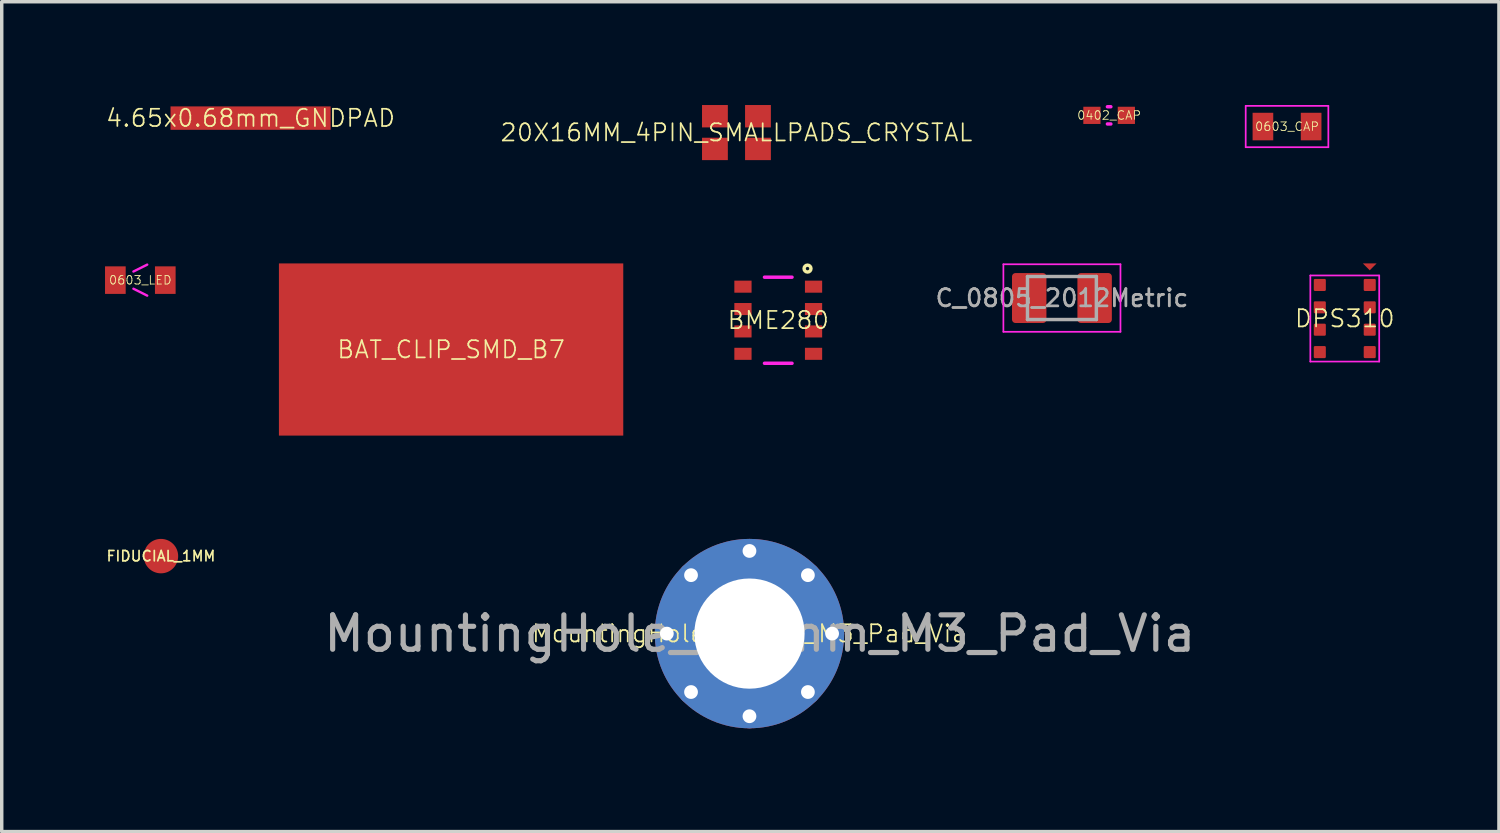
<source format=kicad_pcb>
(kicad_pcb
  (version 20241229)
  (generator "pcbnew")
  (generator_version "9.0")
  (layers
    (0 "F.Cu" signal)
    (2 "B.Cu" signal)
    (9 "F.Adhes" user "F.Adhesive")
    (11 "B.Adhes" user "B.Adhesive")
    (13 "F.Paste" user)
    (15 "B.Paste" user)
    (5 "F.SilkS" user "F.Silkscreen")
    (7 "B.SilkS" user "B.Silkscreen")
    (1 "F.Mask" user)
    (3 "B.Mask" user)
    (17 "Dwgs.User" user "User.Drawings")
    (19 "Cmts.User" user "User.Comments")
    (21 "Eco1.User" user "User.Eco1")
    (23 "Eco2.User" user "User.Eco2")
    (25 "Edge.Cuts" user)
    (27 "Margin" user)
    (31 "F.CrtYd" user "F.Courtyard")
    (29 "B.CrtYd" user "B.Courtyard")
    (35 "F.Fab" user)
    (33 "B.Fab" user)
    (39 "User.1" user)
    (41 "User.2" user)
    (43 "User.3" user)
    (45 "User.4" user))
  (footprint "FIDUCIAL_1MM"
    (layer "F.Cu")
    (at 1.624 13.1)
    (property "Reference" "FIDUCIAL_1MM" (at 0 0 0) (layer "F.SilkS") (effects (font (size 0.3 0.3) (thickness 0.05))))
    (attr exclude_from_pos_files exclude_from_bom)
    (pad "1" smd circle (at 0 0) (size 1 1) (layers "F.Cu" "F.Mask")))
  (footprint "MountingHole_3.2mm_M3_Pad_Via"
    (layer "F.Cu")
    (at 18.715 15.35)
    (property "Reference" "MountingHole_3.2mm_M3_Pad_Via" (at 0 0 0) (layer "F.SilkS") (effects (font (size 0.5 0.5) (thickness 0.05))))
    (attr exclude_from_pos_files exclude_from_bom)
    (fp_text user "${REFERENCE}" (at 0.3 0 0) (layer "F.Fab") (effects (font (size 1 1) (thickness 0.15))))
    (pad "1" thru_hole circle (at -2.4 0) (size 0.7 0.7) (drill 0.4) (layers "*.Cu" "*.Mask"))
    (pad "1" thru_hole circle (at -1.697 -1.697) (size 0.7 0.7) (drill 0.4) (layers "*.Cu" "*.Mask"))
    (pad "1" thru_hole circle (at -1.697 1.697) (size 0.7 0.7) (drill 0.4) (layers "*.Cu" "*.Mask"))
    (pad "1" thru_hole circle (at 0 -2.4) (size 0.7 0.7) (drill 0.4) (layers "*.Cu" "*.Mask"))
    (pad "1" thru_hole circle (at 0 0) (size 5.5 5.5) (drill 3.2) (layers "*.Cu" "*.Mask"))
    (pad "1" thru_hole circle (at 0 2.4) (size 0.7 0.7) (drill 0.4) (layers "*.Cu" "*.Mask"))
    (pad "1" thru_hole circle (at 1.697 -1.697) (size 0.7 0.7) (drill 0.4) (layers "*.Cu" "*.Mask"))
    (pad "1" thru_hole circle (at 1.697 1.697) (size 0.7 0.7) (drill 0.4) (layers "*.Cu" "*.Mask"))
    (pad "1" thru_hole circle (at 2.4 0) (size 0.7 0.7) (drill 0.4) (layers "*.Cu" "*.Mask")))
  (footprint "BME280"
    (layer "F.Cu")
    (at 19.551 6.25)
    (property "Reference" "BME280" (at 0 0 0) (layer "F.SilkS") (effects (font (size 0.5 0.5) (thickness 0.05))))
    (attr smd)
    (fp_circle (center 0.85 -1.5) (end 0.85 -1.6) (stroke (width 0.1) (type solid)) (fill no) (layer "F.SilkS"))
    (fp_line (start -0.4 -1.25) (end 0.4 -1.25) (stroke (width 0.1) (type solid)) (layer "F.CrtYd"))
    (fp_line (start -0.4 1.25) (end 0.4 1.25) (stroke (width 0.1) (type solid)) (layer "F.CrtYd"))
    (pad "1" smd rect (at 1.025 -0.975) (size 0.5 0.35) (layers "F.Cu" "F.Mask" "F.Paste"))
    (pad "2" smd rect (at 1.025 -0.325) (size 0.5 0.35) (layers "F.Cu" "F.Mask" "F.Paste"))
    (pad "3" smd rect (at 1.025 0.325) (size 0.5 0.35) (layers "F.Cu" "F.Mask" "F.Paste"))
    (pad "4" smd rect (at 1.025 0.975) (size 0.5 0.35) (layers "F.Cu" "F.Mask" "F.Paste"))
    (pad "5" smd rect (at -1.025 0.975) (size 0.5 0.35) (layers "F.Cu" "F.Mask" "F.Paste"))
    (pad "6" smd rect (at -1.025 0.325) (size 0.5 0.35) (layers "F.Cu" "F.Mask" "F.Paste"))
    (pad "7" smd rect (at -1.025 -0.325) (size 0.5 0.35) (layers "F.Cu" "F.Mask" "F.Paste"))
    (pad "8" smd rect (at -1.025 -0.975) (size 0.5 0.35) (layers "F.Cu" "F.Mask" "F.Paste")))
  (footprint "DPS310"
    (layer "F.Cu")
    (at 36.003 6.2)
    (property "Reference" "DPS310" (at 0 0 0) (layer "F.SilkS") (effects (font (size 0.5 0.5) (thickness 0.05))))
    (attr smd)
    (fp_line (start -1 -1.25) (end -1 1.25) (stroke (width 0.05) (type solid)) (layer "F.CrtYd"))
    (fp_line (start -1 1.25) (end 1 1.25) (stroke (width 0.05) (type solid)) (layer "F.CrtYd"))
    (fp_line (start 1 -1.25) (end -1 -1.25) (stroke (width 0.05) (type solid)) (layer "F.CrtYd"))
    (fp_line (start 1 1.25) (end 1 -1.25) (stroke (width 0.05) (type solid)) (layer "F.CrtYd"))
    (pad "1" smd roundrect (at 0.725 -0.975) (size 0.35 0.35) (layers "F.Cu" "F.Mask" "F.Paste") (roundrect_rratio 0.1))
    (pad "2" smd roundrect (at 0.725 -0.325) (size 0.35 0.35) (layers "F.Cu" "F.Mask" "F.Paste") (roundrect_rratio 0.1))
    (pad "3" smd roundrect (at 0.725 0.325) (size 0.35 0.35) (layers "F.Cu" "F.Mask" "F.Paste") (roundrect_rratio 0.1))
    (pad "4" smd roundrect (at 0.725 0.975) (size 0.35 0.35) (layers "F.Cu" "F.Mask" "F.Paste") (roundrect_rratio 0.1))
    (pad "5" smd roundrect (at -0.725 0.975) (size 0.35 0.35) (layers "F.Cu" "F.Mask" "F.Paste") (roundrect_rratio 0.1))
    (pad "6" smd roundrect (at -0.725 0.325) (size 0.35 0.35) (layers "F.Cu" "F.Mask" "F.Paste") (roundrect_rratio 0.1))
    (pad "7" smd roundrect (at -0.725 -0.325) (size 0.35 0.35) (layers "F.Cu" "F.Mask" "F.Paste") (roundrect_rratio 0.1))
    (pad "8" smd roundrect (at -0.725 -0.975) (size 0.35 0.35) (layers "F.Cu" "F.Mask" "F.Paste") (roundrect_rratio 0.1))
    (pad "~" smd trapezoid (at 0.725 -1.5 180) (size 0.2 0.2) (rect_delta 0 0.199) (layers "F.Cu" "F.Mask" "F.Paste")))
  (footprint "C_0805_2012Metric"
    (layer "F.Cu")
    (at 27.789 5.605)
    (property "Reference" "C_0805_2012Metric" (at 0 0 0) (layer "F.SilkS") (effects (font (size 0.5 0.5) (thickness 0.05))))
    (attr smd)
    (fp_line (start -1.7 -0.98) (end 1.7 -0.98) (stroke (width 0.05) (type solid)) (layer "F.CrtYd"))
    (fp_line (start -1.7 0.98) (end -1.7 -0.98) (stroke (width 0.05) (type solid)) (layer "F.CrtYd"))
    (fp_line (start 1.7 -0.98) (end 1.7 0.98) (stroke (width 0.05) (type solid)) (layer "F.CrtYd"))
    (fp_line (start 1.7 0.98) (end -1.7 0.98) (stroke (width 0.05) (type solid)) (layer "F.CrtYd"))
    (fp_line (start -1 -0.625) (end 1 -0.625) (stroke (width 0.1) (type solid)) (layer "F.Fab"))
    (fp_line (start -1 0.625) (end -1 -0.625) (stroke (width 0.1) (type solid)) (layer "F.Fab"))
    (fp_line (start 1 -0.625) (end 1 0.625) (stroke (width 0.1) (type solid)) (layer "F.Fab"))
    (fp_line (start 1 0.625) (end -1 0.625) (stroke (width 0.1) (type solid)) (layer "F.Fab"))
    (fp_text user "${REFERENCE}" (at 0 0 0) (layer "F.Fab") (effects (font (size 0.5 0.5) (thickness 0.08))))
    (pad "1" smd roundrect (at -0.95 0) (size 1 1.45) (layers "F.Cu" "F.Mask" "F.Paste") (roundrect_rratio 0.1))
    (pad "2" smd roundrect (at 0.95 0) (size 1 1.45) (layers "F.Cu" "F.Mask" "F.Paste") (roundrect_rratio 0.1)))
  (footprint "20X16MM_4PIN_SMALLPADS_CRYSTAL"
    (layer "F.Cu")
    (at 18.337 0.8)
    (property "Reference" "20X16MM_4PIN_SMALLPADS_CRYSTAL" (at 0 0 0) (layer "F.SilkS") (effects (font (size 0.5 0.5) (thickness 0.05))))
    (attr smd)
    (pad "1" smd rect (at -0.625 0.475) (size 0.75 0.65) (layers "F.Cu" "F.Mask" "F.Paste"))
    (pad "2" smd rect (at 0.625 0.475) (size 0.75 0.65) (layers "F.Cu" "F.Mask" "F.Paste"))
    (pad "3" smd rect (at 0.625 -0.475) (size 0.75 0.65) (layers "F.Cu" "F.Mask" "F.Paste"))
    (pad "4" smd rect (at -0.625 -0.475) (size 0.75 0.65) (layers "F.Cu" "F.Mask" "F.Paste")))
  (footprint "BAT_CLIP_SMD_B7"
    (layer "F.Cu")
    (at 10.05 7.1)
    (property "Reference" "BAT_CLIP_SMD_B7" (at 0 0 0) (layer "F.SilkS") (effects (font (size 0.5 0.5) (thickness 0.05))))
    (attr through_hole)
    (pad "1" smd rect (at 0 0) (size 10 5) (layers "F.Cu" "F.Mask" "F.Paste")))
  (footprint "0603_CAP"
    (layer "F.Cu")
    (at 34.326 0.625)
    (property "Reference" "0603_CAP" (at 0 0 0) (layer "F.SilkS") (effects (font (size 0.25 0.25) (thickness 0.025))))
    (attr smd)
    (fp_line (start -1.2 -0.6) (end 1.2 -0.6) (stroke (width 0.05) (type solid)) (layer "F.CrtYd"))
    (fp_line (start -1.2 0.6) (end -1.2 -0.6) (stroke (width 0.05) (type solid)) (layer "F.CrtYd"))
    (fp_line (start 1.2 -0.6) (end 1.2 0.6) (stroke (width 0.05) (type solid)) (layer "F.CrtYd"))
    (fp_line (start 1.2 0.6) (end -1.2 0.6) (stroke (width 0.05) (type solid)) (layer "F.CrtYd"))
    (pad "1" smd rect (at -0.7 0) (size 0.6 0.8) (layers "F.Cu" "F.Mask" "F.Paste"))
    (pad "2" smd rect (at 0.7 0) (size 0.6 0.8) (layers "F.Cu" "F.Mask" "F.Paste")))
  (footprint "0402_CAP"
    (layer "F.Cu")
    (at 29.16 0.3)
    (property "Reference" "0402_CAP" (at 0 0 0) (layer "F.SilkS") (effects (font (size 0.25 0.25) (thickness 0.025))))
    (attr smd)
    (fp_line (start -0.05 -0.25) (end 0.05 -0.25) (stroke (width 0.1) (type solid)) (layer "F.CrtYd"))
    (fp_line (start -0.05 0.25) (end 0.05 0.25) (stroke (width 0.1) (type solid)) (layer "F.CrtYd"))
    (pad "1" smd rect (at -0.5 0) (size 0.5 0.5) (layers "F.Cu" "F.Mask" "F.Paste"))
    (pad "2" smd rect (at 0.5 0) (size 0.5 0.5) (layers "F.Cu" "F.Mask" "F.Paste")))
  (footprint "0603_LED"
    (layer "F.Cu")
    (at 1.025 5.085)
    (property "Reference" "0603_LED" (at 0 0 0) (layer "F.SilkS") (effects (font (size 0.25 0.25) (thickness 0.025))))
    (attr smd)
    (fp_line (start -0.2 -0.25) (end 0.2 -0.45) (stroke (width 0.07) (type solid)) (layer "F.CrtYd"))
    (fp_line (start -0.2 0.25) (end 0.2 0.45) (stroke (width 0.07) (type solid)) (layer "F.CrtYd"))
    (pad "1" smd rect (at -0.725 0) (size 0.6 0.8) (layers "F.Cu" "F.Mask" "F.Paste"))
    (pad "2" smd rect (at 0.725 0) (size 0.6 0.8) (layers "F.Cu" "F.Mask" "F.Paste")))
  (footprint "4.65x0.68mm_GNDPAD"
    (layer "F.Cu")
    (at 4.227 0.38)
    (property "Reference" "4.65x0.68mm_GNDPAD" (at 0 0 0) (layer "F.SilkS") (effects (font (size 0.5 0.5) (thickness 0.05))))
    (attr through_hole)
    (pad "1" smd rect (at 0 0) (size 4.65 0.68) (layers "F.Cu" "F.Mask" "F.Paste")))
  (gr_rect
    (start -3 -3)
    (end 40.48 21.1)
    (stroke (width 0.1) (type default))
    (fill no)
    (layer "Edge.Cuts")))
</source>
